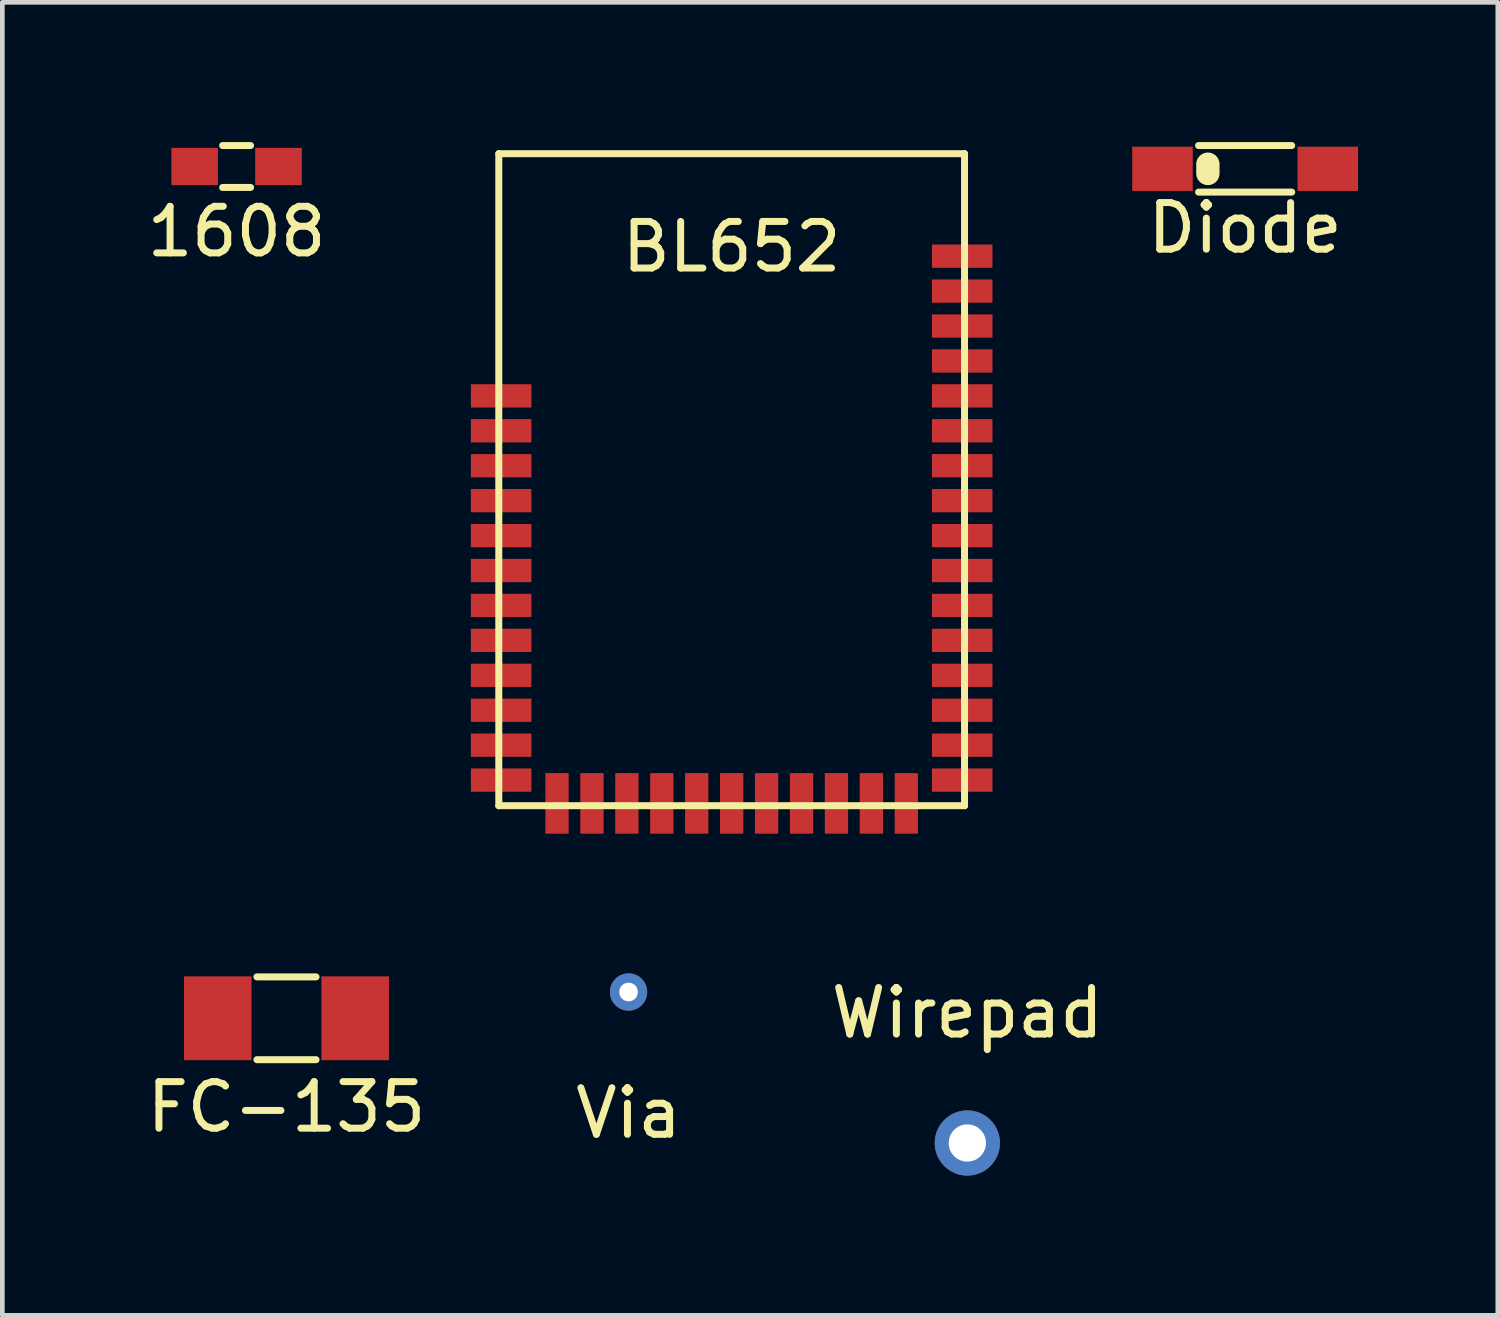
<source format=kicad_pcb>
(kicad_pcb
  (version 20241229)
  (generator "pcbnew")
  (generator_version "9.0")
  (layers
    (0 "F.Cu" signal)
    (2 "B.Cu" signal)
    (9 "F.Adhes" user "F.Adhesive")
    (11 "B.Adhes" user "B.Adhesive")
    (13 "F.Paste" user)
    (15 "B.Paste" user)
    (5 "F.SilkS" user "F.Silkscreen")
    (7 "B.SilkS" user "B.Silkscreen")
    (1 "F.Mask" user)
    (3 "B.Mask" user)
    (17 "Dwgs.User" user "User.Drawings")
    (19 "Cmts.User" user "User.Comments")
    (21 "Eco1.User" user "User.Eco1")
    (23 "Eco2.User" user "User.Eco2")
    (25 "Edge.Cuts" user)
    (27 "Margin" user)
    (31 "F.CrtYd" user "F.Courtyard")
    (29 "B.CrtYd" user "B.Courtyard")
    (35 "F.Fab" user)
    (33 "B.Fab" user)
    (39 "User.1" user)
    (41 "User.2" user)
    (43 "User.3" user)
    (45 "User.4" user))
  (footprint "Diode"
    (layer "F.Cu")
    (at 23.685 0.575)
    (property "Reference" "Diode" (at 0 1.27 0) (layer "F.SilkS") (effects (font (size 1 1) (thickness 0.15))))
    (attr through_hole)
    (fp_line (start -1 -0.5) (end 1 -0.5) (stroke (width 0.15) (type solid)) (layer "F.SilkS"))
    (fp_line (start -1 0.5) (end 1 0.5) (stroke (width 0.15) (type solid)) (layer "F.SilkS"))
    (fp_line (start -0.8 -0.1) (end -0.8 0.1) (stroke (width 0.5) (type solid)) (layer "F.SilkS"))
    (pad "1" smd rect (at -1.775 0) (size 1.3 0.95) (layers "F.Cu" "F.Mask" "F.Paste"))
    (pad "2" smd rect (at 1.775 0) (size 1.3 0.95) (layers "F.Cu" "F.Mask" "F.Paste")))
  (footprint "1608"
    (layer "F.Cu")
    (at 2.03 0.525)
    (property "Reference" "1608" (at 0 1.4 0) (layer "F.SilkS") (effects (font (size 1 1) (thickness 0.15))))
    (attr through_hole)
    (fp_line (start -0.3 -0.45) (end 0.3 -0.45) (stroke (width 0.15) (type solid)) (layer "F.SilkS"))
    (fp_line (start -0.3 0.45) (end 0.3 0.45) (stroke (width 0.15) (type solid)) (layer "F.SilkS"))
    (pad "1" smd rect (at -0.9 0) (size 1 0.8) (layers "F.Cu" "F.Mask" "F.Paste"))
    (pad "2" smd rect (at 0.9 0) (size 1 0.8) (layers "F.Cu" "F.Mask" "F.Paste")))
  (footprint "Wirepad"
    (layer "F.Cu")
    (at 17.72 21.492)
    (property "Reference" "Wirepad" (at 0 -2.794 0) (layer "F.SilkS") (effects (font (size 1 1) (thickness 0.15))))
    (attr through_hole)
    (pad "1" thru_hole circle (at 0 0) (size 1.4 1.4) (drill 0.8) (layers "*.Cu" "*.Mask")))
  (footprint "Via"
    (layer "F.Cu")
    (at 10.446 18.25)
    (property "Reference" "Via" (at 0 2.6 0) (layer "F.SilkS") (effects (font (size 1 1) (thickness 0.15))))
    (attr through_hole)
    (pad "1" thru_hole circle (at 0 0) (size 0.8 0.8) (drill 0.4) (layers "*.Cu")))
  (footprint "FC-135"
    (layer "F.Cu")
    (at 3.101 18.814)
    (property "Reference" "FC-135" (at 0 1.905 0) (layer "F.SilkS") (effects (font (size 1 1) (thickness 0.15))))
    (attr through_hole)
    (fp_line (start -0.635 -0.889) (end 0.635 -0.889) (stroke (width 0.15) (type solid)) (layer "F.SilkS"))
    (fp_line (start -0.635 0.889) (end 0.635 0.889) (stroke (width 0.15) (type solid)) (layer "F.SilkS"))
    (pad "1" smd rect (at 1.475 0) (size 1.45 1.8) (layers "F.Cu" "F.Mask" "F.Paste"))
    (pad "2" smd rect (at -1.475 0) (size 1.45 1.8) (layers "F.Cu" "F.Mask" "F.Paste")))
  (footprint "BL652"
    (layer "F.Cu")
    (at 12.66 0.25)
    (property "Reference" "BL652" (at 0 2 0) (layer "F.SilkS") (effects (font (size 1 1) (thickness 0.15))))
    (attr through_hole)
    (fp_line (start -5 0) (end 5 0) (stroke (width 0.15) (type solid)) (layer "F.SilkS"))
    (fp_line (start -5 14) (end -5 0) (stroke (width 0.15) (type solid)) (layer "F.SilkS"))
    (fp_line (start 5 0) (end 5 14) (stroke (width 0.15) (type solid)) (layer "F.SilkS"))
    (fp_line (start 5 14) (end -5 14) (stroke (width 0.15) (type solid)) (layer "F.SilkS"))
    (pad "1" smd rect (at 4.95 2.2) (size 1.3 0.5) (layers "F.Cu" "F.Mask" "F.Paste"))
    (pad "2" smd rect (at 4.95 2.95) (size 1.3 0.5) (layers "F.Cu" "F.Mask" "F.Paste"))
    (pad "3" smd rect (at 4.95 3.7) (size 1.3 0.5) (layers "F.Cu" "F.Mask" "F.Paste"))
    (pad "4" smd rect (at 4.95 4.45) (size 1.3 0.5) (layers "F.Cu" "F.Mask" "F.Paste"))
    (pad "5" smd rect (at 4.95 5.2) (size 1.3 0.5) (layers "F.Cu" "F.Mask" "F.Paste"))
    (pad "6" smd rect (at 4.95 5.95) (size 1.3 0.5) (layers "F.Cu" "F.Mask" "F.Paste"))
    (pad "7" smd rect (at 4.95 6.7) (size 1.3 0.5) (layers "F.Cu" "F.Mask" "F.Paste"))
    (pad "8" smd rect (at 4.95 7.45) (size 1.3 0.5) (layers "F.Cu" "F.Mask" "F.Paste"))
    (pad "9" smd rect (at 4.95 8.2) (size 1.3 0.5) (layers "F.Cu" "F.Mask" "F.Paste"))
    (pad "10" smd rect (at 4.95 8.95) (size 1.3 0.5) (layers "F.Cu" "F.Mask" "F.Paste"))
    (pad "11" smd rect (at 4.95 9.7) (size 1.3 0.5) (layers "F.Cu" "F.Mask" "F.Paste"))
    (pad "12" smd rect (at 4.95 10.45) (size 1.3 0.5) (layers "F.Cu" "F.Mask" "F.Paste"))
    (pad "13" smd rect (at 4.95 11.2) (size 1.3 0.5) (layers "F.Cu" "F.Mask" "F.Paste"))
    (pad "14" smd rect (at 4.95 11.95) (size 1.3 0.5) (layers "F.Cu" "F.Mask" "F.Paste"))
    (pad "15" smd rect (at 4.95 12.7) (size 1.3 0.5) (layers "F.Cu" "F.Mask" "F.Paste"))
    (pad "16" smd rect (at 4.95 13.45) (size 1.3 0.5) (layers "F.Cu" "F.Mask" "F.Paste"))
    (pad "17" smd rect (at 3.75 13.95) (size 0.5 1.3) (layers "F.Cu" "F.Mask" "F.Paste"))
    (pad "18" smd rect (at 3 13.95) (size 0.5 1.3) (layers "F.Cu" "F.Mask" "F.Paste"))
    (pad "19" smd rect (at 2.25 13.95) (size 0.5 1.3) (layers "F.Cu" "F.Mask" "F.Paste"))
    (pad "20" smd rect (at 1.5 13.95) (size 0.5 1.3) (layers "F.Cu" "F.Mask" "F.Paste"))
    (pad "21" smd rect (at 0.75 13.95) (size 0.5 1.3) (layers "F.Cu" "F.Mask" "F.Paste"))
    (pad "22" smd rect (at 0 13.95) (size 0.5 1.3) (layers "F.Cu" "F.Mask" "F.Paste"))
    (pad "23" smd rect (at -0.75 13.95) (size 0.5 1.3) (layers "F.Cu" "F.Mask" "F.Paste"))
    (pad "24" smd rect (at -1.5 13.95) (size 0.5 1.3) (layers "F.Cu" "F.Mask" "F.Paste"))
    (pad "25" smd rect (at -2.25 13.95) (size 0.5 1.3) (layers "F.Cu" "F.Mask" "F.Paste"))
    (pad "26" smd rect (at -3 13.95) (size 0.5 1.3) (layers "F.Cu" "F.Mask" "F.Paste"))
    (pad "27" smd rect (at -3.75 13.95) (size 0.5 1.3) (layers "F.Cu" "F.Mask" "F.Paste"))
    (pad "28" smd rect (at -4.95 13.45) (size 1.3 0.5) (layers "F.Cu" "F.Mask" "F.Paste"))
    (pad "29" smd rect (at -4.95 12.7) (size 1.3 0.5) (layers "F.Cu" "F.Mask" "F.Paste"))
    (pad "30" smd rect (at -4.95 11.95) (size 1.3 0.5) (layers "F.Cu" "F.Mask" "F.Paste"))
    (pad "31" smd rect (at -4.95 11.2) (size 1.3 0.5) (layers "F.Cu" "F.Mask" "F.Paste"))
    (pad "32" smd rect (at -4.95 10.45) (size 1.3 0.5) (layers "F.Cu" "F.Mask" "F.Paste"))
    (pad "33" smd rect (at -4.95 9.7) (size 1.3 0.5) (layers "F.Cu" "F.Mask" "F.Paste"))
    (pad "34" smd rect (at -4.95 8.95) (size 1.3 0.5) (layers "F.Cu" "F.Mask" "F.Paste"))
    (pad "35" smd rect (at -4.95 8.2) (size 1.3 0.5) (layers "F.Cu" "F.Mask" "F.Paste"))
    (pad "36" smd rect (at -4.95 7.45) (size 1.3 0.5) (layers "F.Cu" "F.Mask" "F.Paste"))
    (pad "37" smd rect (at -4.95 6.7) (size 1.3 0.5) (layers "F.Cu" "F.Mask" "F.Paste"))
    (pad "38" smd rect (at -4.95 5.95) (size 1.3 0.5) (layers "F.Cu" "F.Mask" "F.Paste"))
    (pad "39" smd rect (at -4.95 5.2) (size 1.3 0.5) (layers "F.Cu" "F.Mask" "F.Paste")))
  (gr_rect
    (start -3 -3)
    (end 29.11 25.192)
    (stroke (width 0.1) (type default))
    (fill no)
    (layer "Edge.Cuts")))
</source>
